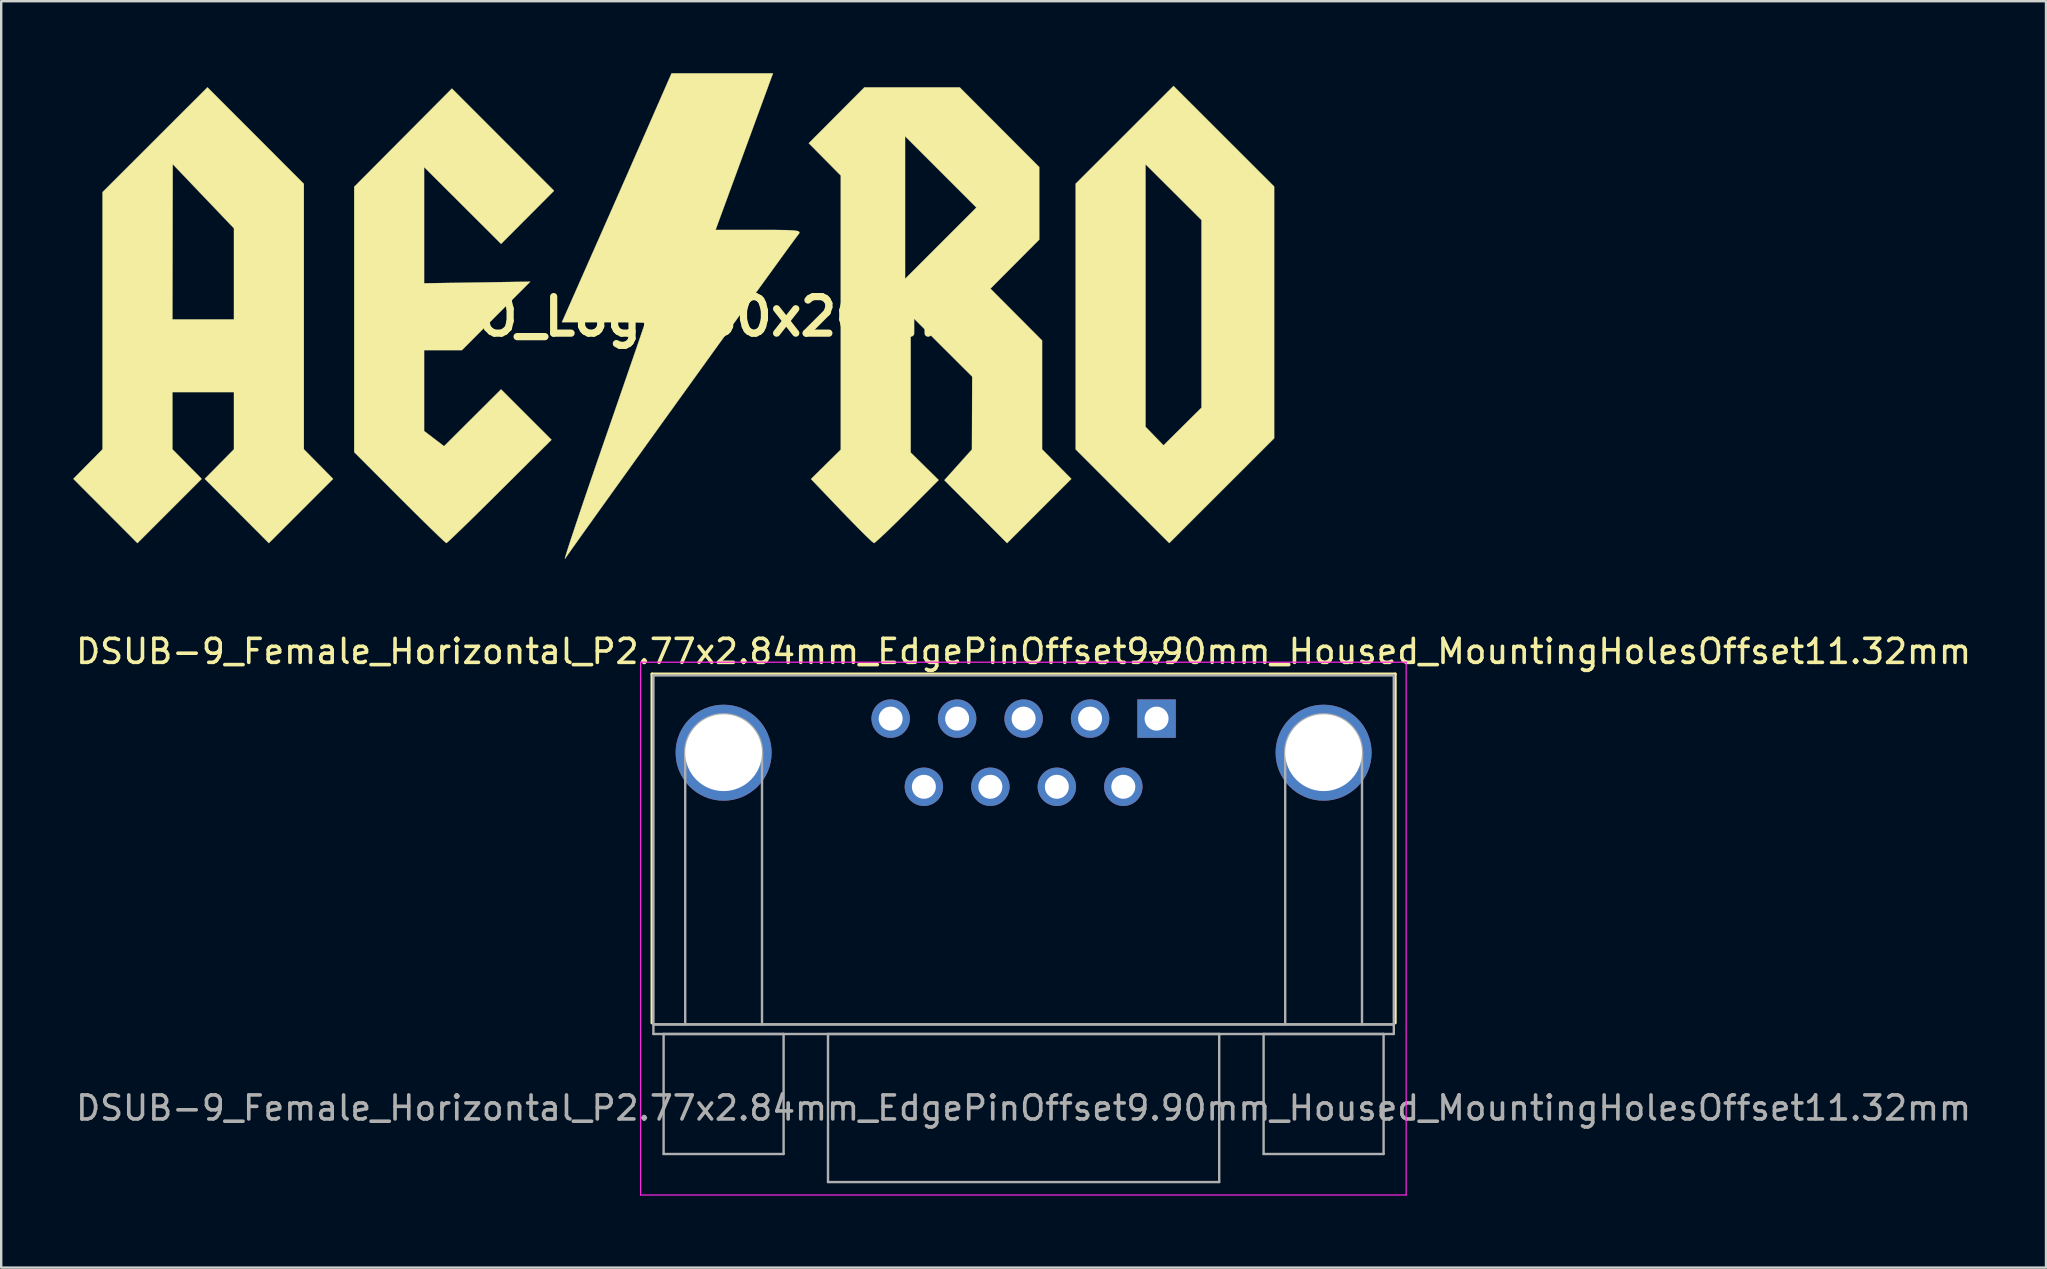
<source format=kicad_pcb>
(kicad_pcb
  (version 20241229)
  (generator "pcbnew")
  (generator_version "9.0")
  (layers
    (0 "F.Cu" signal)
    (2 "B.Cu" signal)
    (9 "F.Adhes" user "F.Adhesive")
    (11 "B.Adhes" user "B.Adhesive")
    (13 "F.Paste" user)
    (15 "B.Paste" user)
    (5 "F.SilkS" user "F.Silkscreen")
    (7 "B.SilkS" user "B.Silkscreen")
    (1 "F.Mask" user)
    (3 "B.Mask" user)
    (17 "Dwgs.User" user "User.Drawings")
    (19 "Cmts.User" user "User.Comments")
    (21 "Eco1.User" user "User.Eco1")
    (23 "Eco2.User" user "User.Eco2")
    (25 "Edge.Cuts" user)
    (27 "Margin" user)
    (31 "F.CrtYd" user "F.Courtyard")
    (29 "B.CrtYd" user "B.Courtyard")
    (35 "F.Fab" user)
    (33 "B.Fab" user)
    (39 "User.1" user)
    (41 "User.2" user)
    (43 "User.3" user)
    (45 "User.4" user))
  (footprint "AERO_Logo_50x20mm"
    (layer "F.Cu")
    (at 24.991 10.142)
    (property "Reference" "AERO_Logo_50x20mm" (at 0 0 0) (layer "F.SilkS") (effects (font (size 1.524 1.524) (thickness 0.3))))
    (attr through_hole)
    (fp_poly (pts (xy 22.953 -7.515) (xy 25.05 -5.42) (xy 25.05 5.071) (xy 22.865 7.254) (xy 20.679 9.438) (xy 18.728 7.485) (xy 16.778 5.532) (xy 16.778 4.591) (xy 19.691 4.591) (xy 20.439 5.363) (xy 21.23 4.578) (xy 22.021 3.793) (xy 22.021 -4.024) (xy 20.856 -5.185) (xy 19.691 -6.346) (xy 19.691 4.591) (xy 16.778 4.591) (xy 16.778 -5.537) (xy 20.856 -9.61) (xy 22.953 -7.515)) (stroke (width 0.01) (type solid)) (fill yes) (layer "F.SilkS"))
    (fp_poly (pts (xy -17.388 -7.543) (xy -15.38 -5.532) (xy -15.38 5.527) (xy -14.77 6.144) (xy -14.161 6.761) (xy -16.839 9.439) (xy -19.51 6.76) (xy -18.901 6.143) (xy -18.293 5.527) (xy -18.293 3.146) (xy -20.856 3.146) (xy -20.856 5.527) (xy -20.247 6.144) (xy -19.637 6.761) (xy -22.315 9.439) (xy -23.651 8.099) (xy -24.986 6.76) (xy -24.378 6.143) (xy -23.769 5.527) (xy -23.769 0.117) (xy -20.856 0.117) (xy -18.293 0.117) (xy -18.293 -3.677) (xy -19.568 -5.013) (xy -20.844 -6.35) (xy -20.856 0.117) (xy -23.769 0.117) (xy -23.769 -5.187) (xy -21.583 -7.371) (xy -19.397 -9.554) (xy -17.388 -7.543)) (stroke (width 0.01) (type solid)) (fill yes) (layer "F.SilkS"))
    (fp_poly (pts (xy -4.955 -5.244) (xy -6.059 -4.136) (xy -7.162 -3.029) (xy -8.766 -4.629) (xy -10.37 -6.23) (xy -10.37 -1.388) (xy -8.157 -1.422) (xy -5.945 -1.456) (xy -7.369 -0.029) (xy -8.793 1.398) (xy -10.37 1.398) (xy -10.37 4.765) (xy -9.539 5.399) (xy -8.351 4.215) (xy -7.163 3.031) (xy -5.061 5.133) (xy -7.224 7.285) (xy -7.805 7.861) (xy -8.331 8.379) (xy -8.781 8.818) (xy -9.131 9.154) (xy -9.359 9.368) (xy -9.443 9.438) (xy -9.537 9.359) (xy -9.772 9.138) (xy -10.124 8.797) (xy -10.568 8.361) (xy -11.081 7.852) (xy -11.391 7.543) (xy -13.283 5.648) (xy -13.283 -5.41) (xy -11.247 -7.457) (xy -9.211 -9.504) (xy -4.955 -5.244)) (stroke (width 0.01) (type solid)) (fill yes) (layer "F.SilkS"))
    (fp_poly (pts (xy 15.263 -6.231) (xy 15.263 -3.209) (xy 13.229 -1.165) (xy 15.38 0.995) (xy 15.38 5.527) (xy 15.989 6.144) (xy 16.599 6.761) (xy 13.921 9.439) (xy 12.614 8.127) (xy 11.307 6.816) (xy 12.457 5.534) (xy 12.462 4.018) (xy 12.467 2.501) (xy 11.185 1.223) (xy 9.904 -0.054) (xy 9.904 5.66) (xy 11.071 6.81) (xy 9.761 8.124) (xy 9.312 8.57) (xy 8.92 8.951) (xy 8.613 9.239) (xy 8.423 9.407) (xy 8.376 9.438) (xy 8.274 9.358) (xy 8.041 9.137) (xy 7.706 8.803) (xy 7.298 8.386) (xy 7.025 8.103) (xy 5.75 6.768) (xy 6.37 6.155) (xy 6.991 5.542) (xy 6.991 -1.574) (xy 9.671 -1.574) (xy 11.156 -3.059) (xy 12.641 -4.544) (xy 11.156 -6.029) (xy 9.671 -7.514) (xy 9.671 -1.574) (xy 6.991 -1.574) (xy 6.991 -5.877) (xy 6.324 -6.551) (xy 5.657 -7.225) (xy 6.817 -8.39) (xy 7.977 -9.554) (xy 11.946 -9.554) (xy 15.263 -6.231)) (stroke (width 0.01) (type solid)) (fill yes) (layer "F.SilkS"))
    (fp_poly (pts (xy 2.971 -6.874) (xy 1.775 -3.612) (xy 3.585 -3.612) (xy 4.268 -3.611) (xy 4.748 -3.604) (xy 5.056 -3.588) (xy 5.222 -3.559) (xy 5.275 -3.514) (xy 5.248 -3.448) (xy 5.214 -3.408) (xy 5.121 -3.285) (xy 4.905 -2.992) (xy 4.581 -2.547) (xy 4.162 -1.969) (xy 3.66 -1.276) (xy 3.091 -0.487) (xy 2.466 0.378) (xy 1.8 1.301) (xy 1.107 2.264) (xy 0.399 3.248) (xy -0.31 4.233) (xy -1.006 5.202) (xy -1.676 6.135) (xy -2.306 7.014) (xy -2.884 7.819) (xy -3.394 8.533) (xy -3.825 9.136) (xy -4.162 9.61) (xy -4.392 9.936) (xy -4.501 10.095) (xy -4.503 10.098) (xy -4.494 10.036) (xy -4.415 9.775) (xy -4.273 9.335) (xy -4.074 8.737) (xy -3.827 8.001) (xy -3.537 7.148) (xy -3.211 6.199) (xy -2.901 5.302) (xy -2.545 4.275) (xy -2.214 3.317) (xy -1.915 2.45) (xy -1.655 1.698) (xy -1.443 1.081) (xy -1.286 0.622) (xy -1.191 0.343) (xy -1.165 0.263) (xy -1.275 0.253) (xy -1.577 0.244) (xy -2.032 0.237) (xy -2.598 0.233) (xy -2.897 0.233) (xy -4.628 0.233) (xy -3.327 -2.709) (xy -2.915 -3.64) (xy -2.471 -4.646) (xy -2.022 -5.665) (xy -1.597 -6.633) (xy -1.222 -7.486) (xy -1.043 -7.894) (xy -0.06 -10.137) (xy 4.167 -10.137) (xy 2.971 -6.874)) (stroke (width 0.01) (type solid)) (fill yes) (layer "F.SilkS")))
  (footprint "DSUB-9_Female_Horizontal_P2.77x2.84mm_EdgePinOffset9.90mm_Housed_MountingHolesOffset11.32mm"
    (layer "F.Cu")
    (at 45.141 26.893)
    (property "Reference" "DSUB-9_Female_Horizontal_P2.77x2.84mm_EdgePinOffset9.90mm_Housed_MountingHolesOffset11.32mm" (at -5.54 -2.8 0) (layer "F.SilkS") (effects (font (size 1 1) (thickness 0.15))))
    (attr through_hole)
    (fp_line (start -21.025 -1.86) (end 9.945 -1.86) (stroke (width 0.12) (type solid)) (layer "F.SilkS"))
    (fp_line (start -21.025 12.68) (end -21.025 -1.86) (stroke (width 0.12) (type solid)) (layer "F.SilkS"))
    (fp_line (start -0.25 -2.754) (end 0.25 -2.754) (stroke (width 0.12) (type solid)) (layer "F.SilkS"))
    (fp_line (start 0 -2.321) (end -0.25 -2.754) (stroke (width 0.12) (type solid)) (layer "F.SilkS"))
    (fp_line (start 0.25 -2.754) (end 0 -2.321) (stroke (width 0.12) (type solid)) (layer "F.SilkS"))
    (fp_line (start 9.945 -1.86) (end 9.945 12.68) (stroke (width 0.12) (type solid)) (layer "F.SilkS"))
    (fp_line (start -21.5 -2.35) (end -21.5 19.85) (stroke (width 0.05) (type solid)) (layer "F.CrtYd"))
    (fp_line (start -21.5 19.85) (end 10.4 19.85) (stroke (width 0.05) (type solid)) (layer "F.CrtYd"))
    (fp_line (start 10.4 -2.35) (end -21.5 -2.35) (stroke (width 0.05) (type solid)) (layer "F.CrtYd"))
    (fp_line (start 10.4 19.85) (end 10.4 -2.35) (stroke (width 0.05) (type solid)) (layer "F.CrtYd"))
    (fp_line (start -20.965 -1.8) (end -20.965 12.74) (stroke (width 0.1) (type solid)) (layer "F.Fab"))
    (fp_line (start -20.965 12.74) (end -20.965 13.14) (stroke (width 0.1) (type solid)) (layer "F.Fab"))
    (fp_line (start -20.965 12.74) (end 9.885 12.74) (stroke (width 0.1) (type solid)) (layer "F.Fab"))
    (fp_line (start -20.965 13.14) (end 9.885 13.14) (stroke (width 0.1) (type solid)) (layer "F.Fab"))
    (fp_line (start -20.54 13.14) (end -20.54 18.14) (stroke (width 0.1) (type solid)) (layer "F.Fab"))
    (fp_line (start -20.54 18.14) (end -15.54 18.14) (stroke (width 0.1) (type solid)) (layer "F.Fab"))
    (fp_line (start -19.64 12.74) (end -19.64 1.42) (stroke (width 0.1) (type solid)) (layer "F.Fab"))
    (fp_line (start -16.44 12.74) (end -16.44 1.42) (stroke (width 0.1) (type solid)) (layer "F.Fab"))
    (fp_line (start -15.54 13.14) (end -20.54 13.14) (stroke (width 0.1) (type solid)) (layer "F.Fab"))
    (fp_line (start -15.54 18.14) (end -15.54 13.14) (stroke (width 0.1) (type solid)) (layer "F.Fab"))
    (fp_line (start -13.69 13.14) (end -13.69 19.31) (stroke (width 0.1) (type solid)) (layer "F.Fab"))
    (fp_line (start -13.69 19.31) (end 2.61 19.31) (stroke (width 0.1) (type solid)) (layer "F.Fab"))
    (fp_line (start 2.61 13.14) (end -13.69 13.14) (stroke (width 0.1) (type solid)) (layer "F.Fab"))
    (fp_line (start 2.61 19.31) (end 2.61 13.14) (stroke (width 0.1) (type solid)) (layer "F.Fab"))
    (fp_line (start 4.46 13.14) (end 4.46 18.14) (stroke (width 0.1) (type solid)) (layer "F.Fab"))
    (fp_line (start 4.46 18.14) (end 9.46 18.14) (stroke (width 0.1) (type solid)) (layer "F.Fab"))
    (fp_line (start 5.36 12.74) (end 5.36 1.42) (stroke (width 0.1) (type solid)) (layer "F.Fab"))
    (fp_line (start 8.56 12.74) (end 8.56 1.42) (stroke (width 0.1) (type solid)) (layer "F.Fab"))
    (fp_line (start 9.46 13.14) (end 4.46 13.14) (stroke (width 0.1) (type solid)) (layer "F.Fab"))
    (fp_line (start 9.46 18.14) (end 9.46 13.14) (stroke (width 0.1) (type solid)) (layer "F.Fab"))
    (fp_line (start 9.885 -1.8) (end -20.965 -1.8) (stroke (width 0.1) (type solid)) (layer "F.Fab"))
    (fp_line (start 9.885 12.74) (end -20.965 12.74) (stroke (width 0.1) (type solid)) (layer "F.Fab"))
    (fp_line (start 9.885 12.74) (end 9.885 -1.8) (stroke (width 0.1) (type solid)) (layer "F.Fab"))
    (fp_line (start 9.885 13.14) (end 9.885 12.74) (stroke (width 0.1) (type solid)) (layer "F.Fab"))
    (fp_arc (start -19.64 1.42) (mid -18.04 -0.18) (end -16.44 1.42) (stroke (width 0.1) (type solid)) (layer "F.Fab"))
    (fp_arc (start 5.36 1.42) (mid 6.96 -0.18) (end 8.56 1.42) (stroke (width 0.1) (type solid)) (layer "F.Fab"))
    (fp_text user "${REFERENCE}" (at -5.54 16.225 0) (layer "F.Fab") (effects (font (size 1 1) (thickness 0.15))))
    (pad "0" thru_hole circle (at -18.04 1.42) (size 4 4) (drill 3.2) (layers "*.Cu" "*.Mask"))
    (pad "0" thru_hole circle (at 6.96 1.42) (size 4 4) (drill 3.2) (layers "*.Cu" "*.Mask"))
    (pad "1" thru_hole rect (at 0 0) (size 1.6 1.6) (drill 1) (layers "*.Cu" "*.Mask"))
    (pad "2" thru_hole circle (at -2.77 0) (size 1.6 1.6) (drill 1) (layers "*.Cu" "*.Mask"))
    (pad "3" thru_hole circle (at -5.54 0) (size 1.6 1.6) (drill 1) (layers "*.Cu" "*.Mask"))
    (pad "4" thru_hole circle (at -8.31 0) (size 1.6 1.6) (drill 1) (layers "*.Cu" "*.Mask"))
    (pad "5" thru_hole circle (at -11.08 0) (size 1.6 1.6) (drill 1) (layers "*.Cu" "*.Mask"))
    (pad "6" thru_hole circle (at -1.385 2.84) (size 1.6 1.6) (drill 1) (layers "*.Cu" "*.Mask"))
    (pad "7" thru_hole circle (at -4.155 2.84) (size 1.6 1.6) (drill 1) (layers "*.Cu" "*.Mask"))
    (pad "8" thru_hole circle (at -6.925 2.84) (size 1.6 1.6) (drill 1) (layers "*.Cu" "*.Mask"))
    (pad "9" thru_hole circle (at -9.695 2.84) (size 1.6 1.6) (drill 1) (layers "*.Cu" "*.Mask")))
  (gr_rect
    (start -3 -3)
    (end 82.202 49.768)
    (stroke (width 0.1) (type default))
    (fill no)
    (layer "Edge.Cuts")))
</source>
